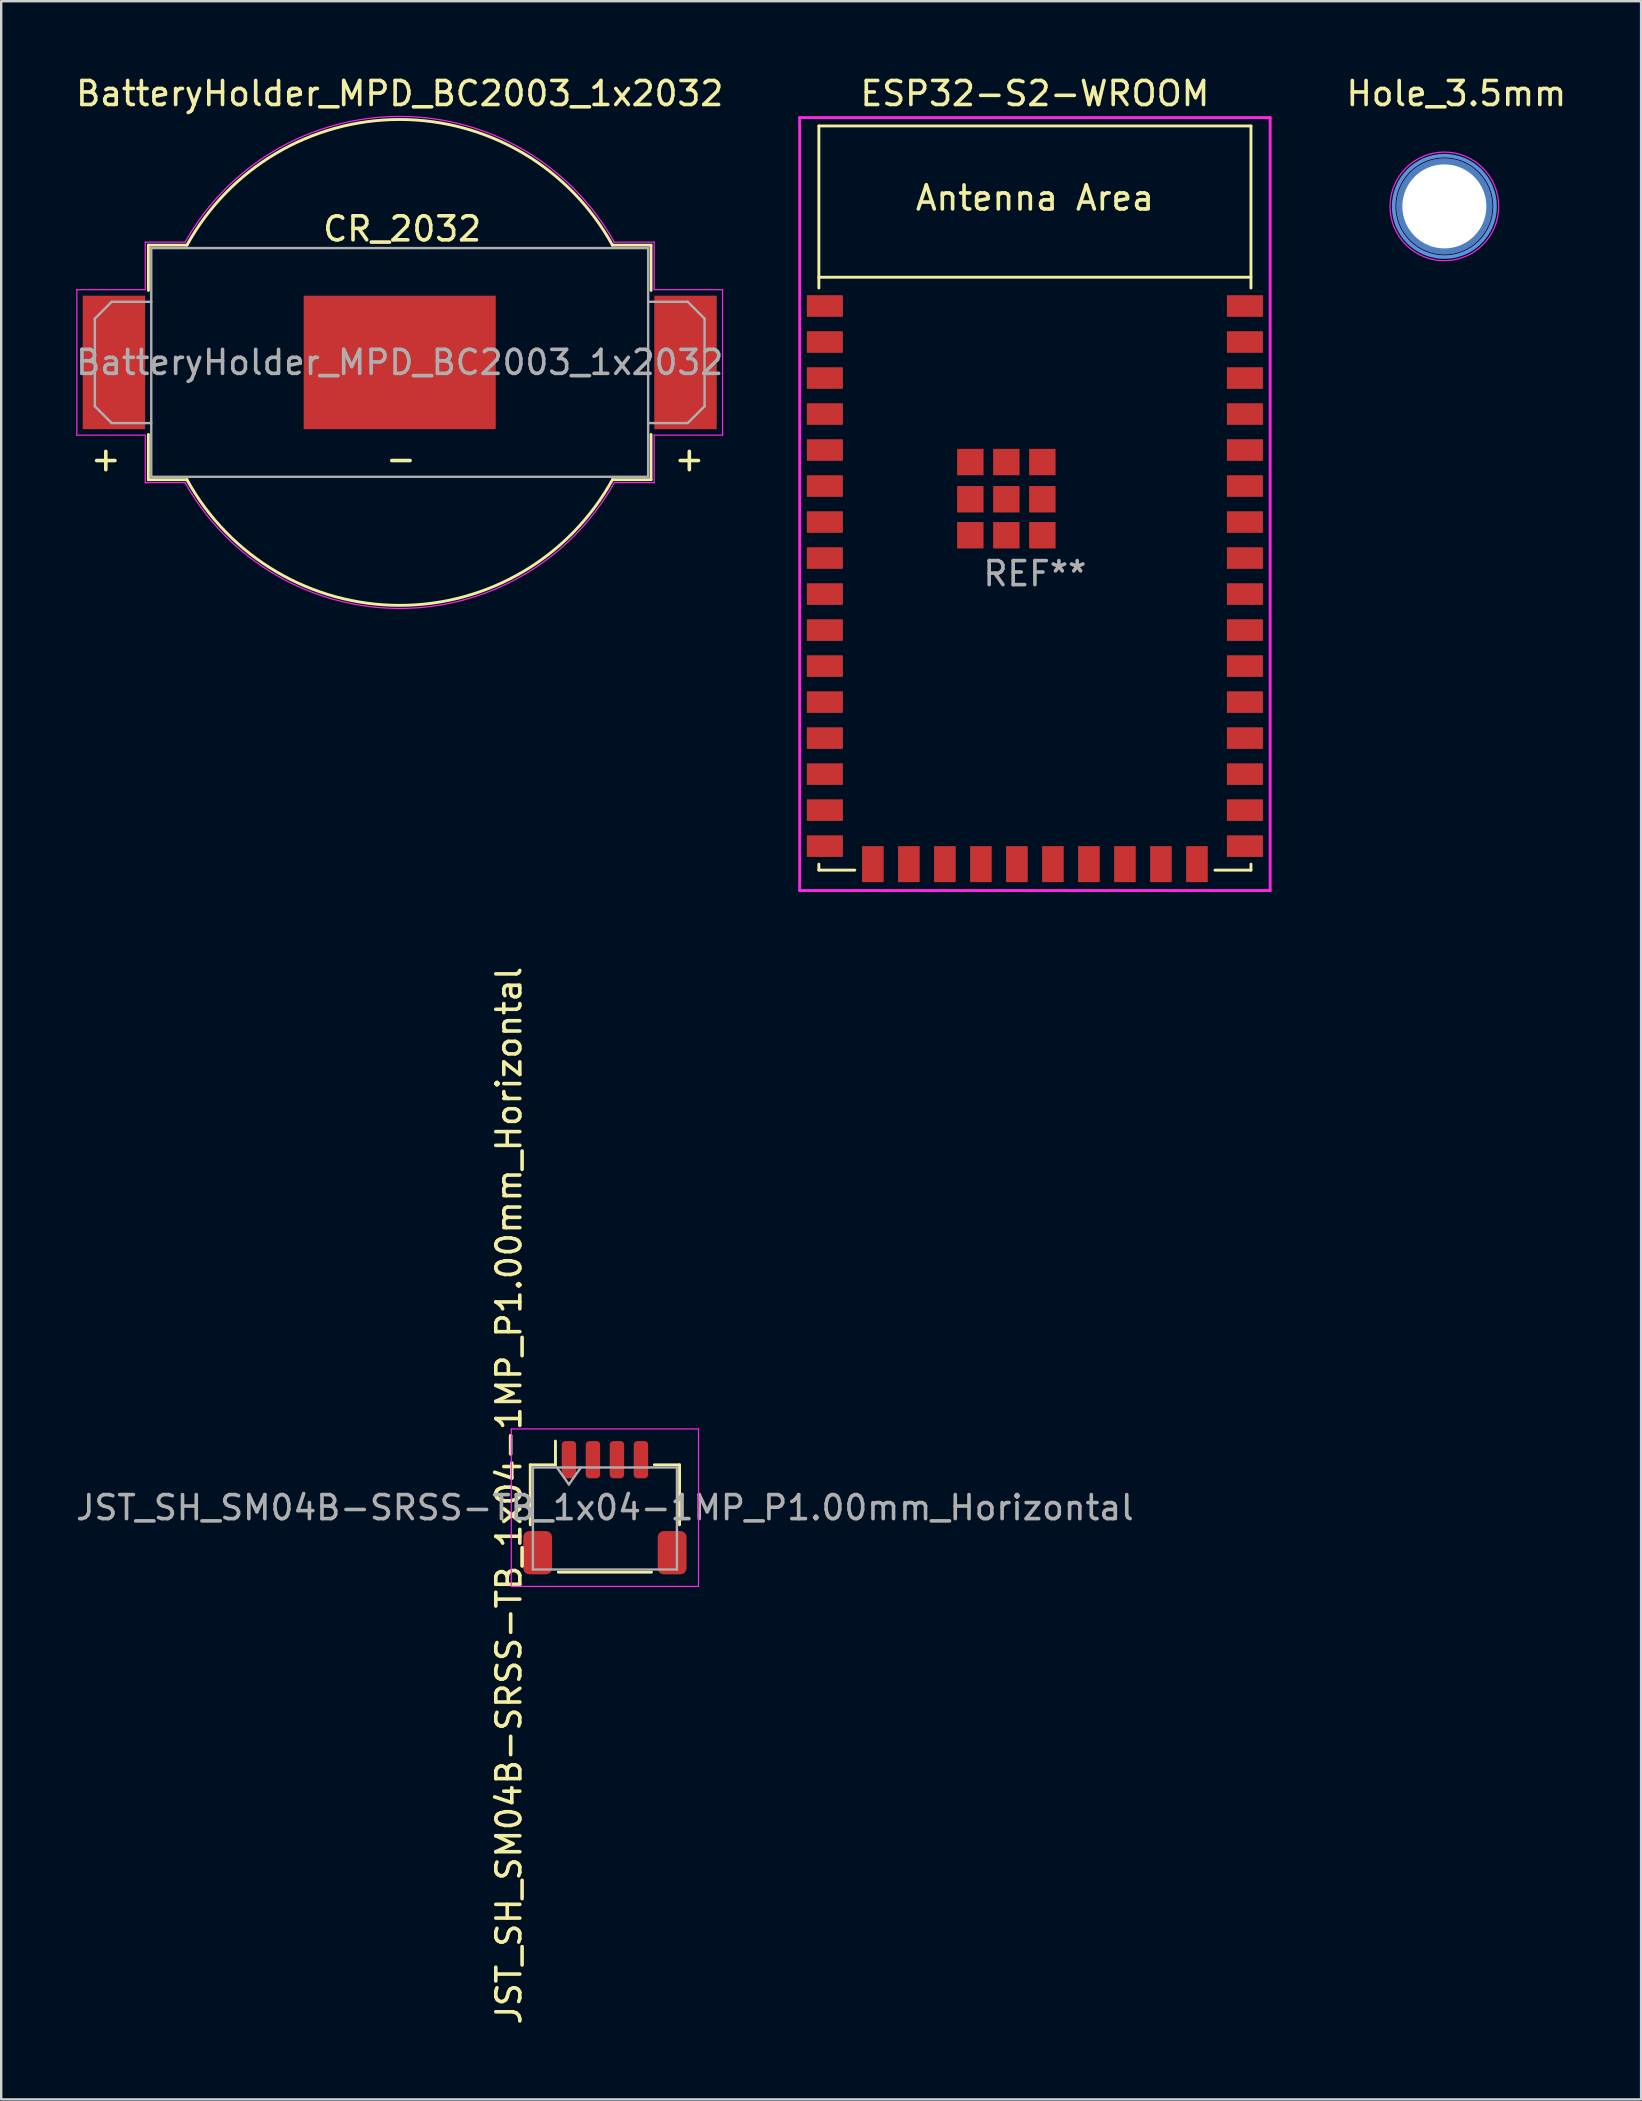
<source format=kicad_pcb>
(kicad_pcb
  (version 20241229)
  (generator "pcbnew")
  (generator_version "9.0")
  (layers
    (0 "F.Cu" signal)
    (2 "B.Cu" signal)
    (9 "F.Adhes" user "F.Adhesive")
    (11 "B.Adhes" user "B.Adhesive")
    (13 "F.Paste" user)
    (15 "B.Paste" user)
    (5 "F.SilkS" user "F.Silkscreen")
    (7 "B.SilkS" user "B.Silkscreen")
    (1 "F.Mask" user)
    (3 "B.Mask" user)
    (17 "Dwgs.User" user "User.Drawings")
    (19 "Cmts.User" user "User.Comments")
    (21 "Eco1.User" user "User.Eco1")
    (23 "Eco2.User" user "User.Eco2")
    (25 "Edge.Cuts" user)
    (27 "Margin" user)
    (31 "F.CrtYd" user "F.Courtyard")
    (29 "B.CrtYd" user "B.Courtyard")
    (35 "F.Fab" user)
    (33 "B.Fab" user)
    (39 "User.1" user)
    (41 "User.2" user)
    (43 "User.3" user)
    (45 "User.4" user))
  (footprint "Hole_3.5mm"
    (layer "F.Cu")
    (at 57.119 5.548)
    (property "Reference" "Hole_3.5mm" (at 0.5 -4.7 0) (layer "F.SilkS") (effects (font (size 1 1) (thickness 0.15))))
    (attr exclude_from_pos_files exclude_from_bom)
    (fp_circle (center 0 0) (end 2.108 0.127) (stroke (width 0.15) (type solid)) (fill no) (layer "Cmts.User"))
    (fp_circle (center 0 0) (end 2.261 0.102) (stroke (width 0.05) (type solid)) (fill no) (layer "F.CrtYd"))
    (pad "" thru_hole circle (at 0 0) (size 4 4) (drill 3.5) (layers "*.Cu" "*.Mask")))
  (footprint "ESP32-S2-WROOM"
    (layer "F.Cu")
    (at 40.062 20.848)
    (property "Reference" "ESP32-S2-WROOM" (at 0 -20 0) (layer "F.SilkS") (effects (font (size 1 1) (thickness 0.15))))
    (attr smd)
    (fp_line (start -9 -18.65) (end -9 -11.9) (stroke (width 0.12) (type solid)) (layer "F.SilkS"))
    (fp_line (start -9 -18.65) (end 9 -18.65) (stroke (width 0.12) (type solid)) (layer "F.SilkS"))
    (fp_line (start -9 12.1) (end -9 12.35) (stroke (width 0.12) (type solid)) (layer "F.SilkS"))
    (fp_line (start -9 12.35) (end -7.5 12.35) (stroke (width 0.12) (type solid)) (layer "F.SilkS"))
    (fp_line (start 9 -12.35) (end -9 -12.35) (stroke (width 0.12) (type solid)) (layer "F.SilkS"))
    (fp_line (start 9 -11.9) (end 9 -18.65) (stroke (width 0.12) (type solid)) (layer "F.SilkS"))
    (fp_line (start 9 12.1) (end 9 12.35) (stroke (width 0.12) (type solid)) (layer "F.SilkS"))
    (fp_line (start 9 12.35) (end 7.5 12.35) (stroke (width 0.12) (type solid)) (layer "F.SilkS"))
    (fp_line (start -9 -18.65) (end 9 -18.65) (stroke (width 0.12) (type solid)) (layer "Eco2.User"))
    (fp_line (start -9 -12.35) (end 9 -12.35) (stroke (width 0.12) (type solid)) (layer "Eco2.User"))
    (fp_line (start -9 12.35) (end -9 -18.65) (stroke (width 0.12) (type solid)) (layer "Eco2.User"))
    (fp_line (start 9 -18.65) (end 9 12.35) (stroke (width 0.12) (type solid)) (layer "Eco2.User"))
    (fp_line (start 9 12.35) (end -9 12.35) (stroke (width 0.12) (type solid)) (layer "Eco2.User"))
    (fp_line (start -9.8 -19) (end -9.8 13.2) (stroke (width 0.12) (type solid)) (layer "F.CrtYd"))
    (fp_line (start 9.8 -19) (end -9.8 -19) (stroke (width 0.12) (type solid)) (layer "F.CrtYd"))
    (fp_line (start 9.8 13.2) (end -9.8 13.2) (stroke (width 0.12) (type solid)) (layer "F.CrtYd"))
    (fp_line (start 9.8 13.2) (end 9.8 -19) (stroke (width 0.12) (type solid)) (layer "F.CrtYd"))
    (fp_text user "Antenna Area" (at 0 -15.65 0) (layer "F.SilkS") (effects (font (size 1 1) (thickness 0.15))))
    (fp_text user "Antenna Area" (at 0 -15.65 0) (layer "Eco2.User") (effects (font (size 1 1) (thickness 0.15))))
    (fp_text user "REF**" (at 0 0 0) (layer "F.Fab") (effects (font (size 1 1) (thickness 0.15))))
    (pad "1" smd rect (at -8.75 -11.15) (size 1.5 0.9) (layers "F.Cu" "F.Mask" "F.Paste"))
    (pad "2" smd rect (at -8.75 -9.65) (size 1.5 0.9) (layers "F.Cu" "F.Mask" "F.Paste"))
    (pad "3" smd rect (at -8.75 -8.15) (size 1.5 0.9) (layers "F.Cu" "F.Mask" "F.Paste"))
    (pad "4" smd rect (at -8.75 -6.65) (size 1.5 0.9) (layers "F.Cu" "F.Mask" "F.Paste"))
    (pad "5" smd rect (at -8.75 -5.15) (size 1.5 0.9) (layers "F.Cu" "F.Mask" "F.Paste"))
    (pad "6" smd rect (at -8.75 -3.65) (size 1.5 0.9) (layers "F.Cu" "F.Mask" "F.Paste"))
    (pad "7" smd rect (at -8.75 -2.15) (size 1.5 0.9) (layers "F.Cu" "F.Mask" "F.Paste"))
    (pad "8" smd rect (at -8.75 -0.65) (size 1.5 0.9) (layers "F.Cu" "F.Mask" "F.Paste"))
    (pad "9" smd rect (at -8.75 0.85) (size 1.5 0.9) (layers "F.Cu" "F.Mask" "F.Paste"))
    (pad "10" smd rect (at -8.75 2.35) (size 1.5 0.9) (layers "F.Cu" "F.Mask" "F.Paste"))
    (pad "11" smd rect (at -8.75 3.85) (size 1.5 0.9) (layers "F.Cu" "F.Mask" "F.Paste"))
    (pad "12" smd rect (at -8.75 5.35) (size 1.5 0.9) (layers "F.Cu" "F.Mask" "F.Paste"))
    (pad "13" smd rect (at -8.75 6.85) (size 1.5 0.9) (layers "F.Cu" "F.Mask" "F.Paste"))
    (pad "14" smd rect (at -8.75 8.35) (size 1.5 0.9) (layers "F.Cu" "F.Mask" "F.Paste"))
    (pad "15" smd rect (at -8.75 9.85) (size 1.5 0.9) (layers "F.Cu" "F.Mask" "F.Paste"))
    (pad "16" smd rect (at -8.75 11.35) (size 1.5 0.9) (layers "F.Cu" "F.Mask" "F.Paste"))
    (pad "17" smd rect (at -6.75 12.1 90) (size 1.5 0.9) (layers "F.Cu" "F.Mask" "F.Paste"))
    (pad "18" smd rect (at -5.25 12.1 90) (size 1.5 0.9) (layers "F.Cu" "F.Mask" "F.Paste"))
    (pad "19" smd rect (at -3.75 12.1 90) (size 1.5 0.9) (layers "F.Cu" "F.Mask" "F.Paste"))
    (pad "20" smd rect (at -2.25 12.1 90) (size 1.5 0.9) (layers "F.Cu" "F.Mask" "F.Paste"))
    (pad "21" smd rect (at -0.75 12.1 90) (size 1.5 0.9) (layers "F.Cu" "F.Mask" "F.Paste"))
    (pad "22" smd rect (at 0.75 12.1 90) (size 1.5 0.9) (layers "F.Cu" "F.Mask" "F.Paste"))
    (pad "23" smd rect (at 2.25 12.1 90) (size 1.5 0.9) (layers "F.Cu" "F.Mask" "F.Paste"))
    (pad "24" smd rect (at 3.75 12.1 90) (size 1.5 0.9) (layers "F.Cu" "F.Mask" "F.Paste"))
    (pad "25" smd rect (at 5.25 12.1 90) (size 1.5 0.9) (layers "F.Cu" "F.Mask" "F.Paste"))
    (pad "26" smd rect (at 6.75 12.1 90) (size 1.5 0.9) (layers "F.Cu" "F.Mask" "F.Paste"))
    (pad "27" smd rect (at 8.75 11.35 180) (size 1.5 0.9) (layers "F.Cu" "F.Mask" "F.Paste"))
    (pad "28" smd rect (at 8.75 9.85 180) (size 1.5 0.9) (layers "F.Cu" "F.Mask" "F.Paste"))
    (pad "29" smd rect (at 8.75 8.35 180) (size 1.5 0.9) (layers "F.Cu" "F.Mask" "F.Paste"))
    (pad "30" smd rect (at 8.75 6.85 180) (size 1.5 0.9) (layers "F.Cu" "F.Mask" "F.Paste"))
    (pad "31" smd rect (at 8.75 5.35 180) (size 1.5 0.9) (layers "F.Cu" "F.Mask" "F.Paste"))
    (pad "32" smd rect (at 8.75 3.85 180) (size 1.5 0.9) (layers "F.Cu" "F.Mask" "F.Paste"))
    (pad "33" smd rect (at 8.75 2.35 180) (size 1.5 0.9) (layers "F.Cu" "F.Mask" "F.Paste"))
    (pad "34" smd rect (at 8.75 0.85 180) (size 1.5 0.9) (layers "F.Cu" "F.Mask" "F.Paste"))
    (pad "35" smd rect (at 8.75 -0.65 180) (size 1.5 0.9) (layers "F.Cu" "F.Mask" "F.Paste"))
    (pad "36" smd rect (at 8.75 -2.15 180) (size 1.5 0.9) (layers "F.Cu" "F.Mask" "F.Paste"))
    (pad "37" smd rect (at 8.75 -3.65 180) (size 1.5 0.9) (layers "F.Cu" "F.Mask" "F.Paste"))
    (pad "38" smd rect (at 8.75 -5.15 180) (size 1.5 0.9) (layers "F.Cu" "F.Mask" "F.Paste"))
    (pad "39" smd rect (at 8.75 -6.65 180) (size 1.5 0.9) (layers "F.Cu" "F.Mask" "F.Paste"))
    (pad "40" smd rect (at 8.75 -8.15 180) (size 1.5 0.9) (layers "F.Cu" "F.Mask" "F.Paste"))
    (pad "41" smd rect (at 8.75 -9.65 180) (size 1.5 0.9) (layers "F.Cu" "F.Mask" "F.Paste"))
    (pad "42" smd rect (at 8.75 -11.15 180) (size 1.5 0.9) (layers "F.Cu" "F.Mask" "F.Paste"))
    (pad "43" smd rect (at -2.69 -4.65 180) (size 1.1 1.1) (layers "F.Cu" "F.Mask" "F.Paste"))
    (pad "43" smd rect (at -2.69 -3.1 180) (size 1.1 1.1) (layers "F.Cu" "F.Mask" "F.Paste"))
    (pad "43" smd rect (at -2.69 -1.6 180) (size 1.1 1.1) (layers "F.Cu" "F.Mask" "F.Paste"))
    (pad "43" smd rect (at -1.19 -4.65 180) (size 1.1 1.1) (layers "F.Cu" "F.Mask" "F.Paste"))
    (pad "43" smd rect (at -1.19 -3.1 180) (size 1.1 1.1) (layers "F.Cu" "F.Mask" "F.Paste"))
    (pad "43" smd rect (at -1.19 -1.6 180) (size 1.1 1.1) (layers "F.Cu" "F.Mask" "F.Paste"))
    (pad "43" smd rect (at 0.31 -4.65 180) (size 1.1 1.1) (layers "F.Cu" "F.Mask" "F.Paste"))
    (pad "43" smd rect (at 0.31 -3.1 180) (size 1.1 1.1) (layers "F.Cu" "F.Mask" "F.Paste"))
    (pad "43" smd rect (at 0.31 -1.6 180) (size 1.1 1.1) (layers "F.Cu" "F.Mask" "F.Paste")))
  (footprint "JST_SH_SM04B-SRSS-TB_1x04-1MP_P1.00mm_Horizontal"
    (layer "F.Cu")
    (at 22.149 59.757)
    (property "Reference" "JST_SH_SM04B-SRSS-TB_1x04-1MP_P1.00mm_Horizontal" (at -4 -0.5 270) (layer "F.SilkS") (effects (font (size 1 1) (thickness 0.15))))
    (attr smd)
    (fp_line (start -3.11 -1.785) (end -2.06 -1.785) (stroke (width 0.12) (type solid)) (layer "F.SilkS"))
    (fp_line (start -3.11 0.715) (end -3.11 -1.785) (stroke (width 0.12) (type solid)) (layer "F.SilkS"))
    (fp_line (start -2.06 -1.785) (end -2.06 -2.775) (stroke (width 0.12) (type solid)) (layer "F.SilkS"))
    (fp_line (start -1.94 2.685) (end 1.94 2.685) (stroke (width 0.12) (type solid)) (layer "F.SilkS"))
    (fp_line (start 3.11 -1.785) (end 2.06 -1.785) (stroke (width 0.12) (type solid)) (layer "F.SilkS"))
    (fp_line (start 3.11 0.715) (end 3.11 -1.785) (stroke (width 0.12) (type solid)) (layer "F.SilkS"))
    (fp_line (start -3.9 -3.28) (end -3.9 3.28) (stroke (width 0.05) (type solid)) (layer "F.CrtYd"))
    (fp_line (start -3.9 3.28) (end 3.9 3.28) (stroke (width 0.05) (type solid)) (layer "F.CrtYd"))
    (fp_line (start 3.9 -3.28) (end -3.9 -3.28) (stroke (width 0.05) (type solid)) (layer "F.CrtYd"))
    (fp_line (start 3.9 3.28) (end 3.9 -3.28) (stroke (width 0.05) (type solid)) (layer "F.CrtYd"))
    (fp_line (start -3 -1.675) (end -3 2.575) (stroke (width 0.1) (type solid)) (layer "F.Fab"))
    (fp_line (start -3 -1.675) (end 3 -1.675) (stroke (width 0.1) (type solid)) (layer "F.Fab"))
    (fp_line (start -3 2.575) (end 3 2.575) (stroke (width 0.1) (type solid)) (layer "F.Fab"))
    (fp_line (start -2 -1.675) (end -1.5 -0.968) (stroke (width 0.1) (type solid)) (layer "F.Fab"))
    (fp_line (start -1.5 -0.968) (end -1 -1.675) (stroke (width 0.1) (type solid)) (layer "F.Fab"))
    (fp_line (start 3 -1.675) (end 3 2.575) (stroke (width 0.1) (type solid)) (layer "F.Fab"))
    (fp_text user "${REFERENCE}" (at 0 0 0) (layer "F.Fab") (effects (font (size 1 1) (thickness 0.15))))
    (pad "1" smd roundrect (at -1.5 -2) (size 0.6 1.55) (layers "F.Cu" "F.Mask" "F.Paste") (roundrect_rratio 0.25))
    (pad "2" smd roundrect (at -0.5 -2) (size 0.6 1.55) (layers "F.Cu" "F.Mask" "F.Paste") (roundrect_rratio 0.25))
    (pad "3" smd roundrect (at 0.5 -2) (size 0.6 1.55) (layers "F.Cu" "F.Mask" "F.Paste") (roundrect_rratio 0.25))
    (pad "4" smd roundrect (at 1.5 -2) (size 0.6 1.55) (layers "F.Cu" "F.Mask" "F.Paste") (roundrect_rratio 0.25))
    (pad "MP" smd roundrect (at -2.8 1.875) (size 1.2 1.8) (layers "F.Cu" "F.Mask" "F.Paste") (roundrect_rratio 0.208))
    (pad "MP" smd roundrect (at 2.8 1.875) (size 1.2 1.8) (layers "F.Cu" "F.Mask" "F.Paste") (roundrect_rratio 0.208)))
  (footprint "BatteryHolder_MPD_BC2003_1x2032"
    (layer "F.Cu")
    (at 13.601 12.048)
    (property "Reference" "BatteryHolder_MPD_BC2003_1x2032" (at 0 -11.2 0) (layer "F.SilkS") (effects (font (size 1 1) (thickness 0.15))))
    (attr smd)
    (fp_line (start -10.47 -4.885) (end -8.863 -4.885) (stroke (width 0.12) (type solid)) (layer "F.SilkS"))
    (fp_line (start -10.47 -3) (end -10.47 -4.885) (stroke (width 0.12) (type solid)) (layer "F.SilkS"))
    (fp_line (start -10.47 3) (end -10.47 4.885) (stroke (width 0.12) (type solid)) (layer "F.SilkS"))
    (fp_line (start -10.47 4.885) (end -8.863 4.885) (stroke (width 0.12) (type solid)) (layer "F.SilkS"))
    (fp_line (start 10.47 -4.885) (end 8.863 -4.885) (stroke (width 0.12) (type solid)) (layer "F.SilkS"))
    (fp_line (start 10.47 -3) (end 10.47 -4.885) (stroke (width 0.12) (type solid)) (layer "F.SilkS"))
    (fp_line (start 10.47 3) (end 10.47 4.885) (stroke (width 0.12) (type solid)) (layer "F.SilkS"))
    (fp_line (start 10.47 4.885) (end 8.863 4.885) (stroke (width 0.12) (type solid)) (layer "F.SilkS"))
    (fp_arc (start -8.86291 -4.885) (mid 0 -10.12) (end 8.86291 -4.885) (stroke (width 0.12) (type solid)) (layer "F.SilkS"))
    (fp_arc (start 8.865021 4.881168) (mid 0.002187 10.12) (end -8.86291 4.885) (stroke (width 0.12) (type solid)) (layer "F.SilkS"))
    (fp_line (start -13.45 -3.03) (end -13.45 3.03) (stroke (width 0.05) (type solid)) (layer "F.CrtYd"))
    (fp_line (start -13.45 3.03) (end -10.6 3.03) (stroke (width 0.05) (type solid)) (layer "F.CrtYd"))
    (fp_line (start -10.6 -5.01) (end -10.6 -3.03) (stroke (width 0.05) (type solid)) (layer "F.CrtYd"))
    (fp_line (start -10.6 -3.03) (end -13.45 -3.03) (stroke (width 0.05) (type solid)) (layer "F.CrtYd"))
    (fp_line (start -10.6 5.01) (end -10.6 3.03) (stroke (width 0.05) (type solid)) (layer "F.CrtYd"))
    (fp_line (start -10.6 5.01) (end -8.94 5.01) (stroke (width 0.05) (type solid)) (layer "F.CrtYd"))
    (fp_line (start -8.94 -5.01) (end -10.6 -5.01) (stroke (width 0.05) (type solid)) (layer "F.CrtYd"))
    (fp_line (start 8.94 -5.01) (end 10.6 -5.01) (stroke (width 0.05) (type solid)) (layer "F.CrtYd"))
    (fp_line (start 8.94 5.01) (end 10.6 5.01) (stroke (width 0.05) (type solid)) (layer "F.CrtYd"))
    (fp_line (start 10.6 -5.01) (end 10.6 -3.03) (stroke (width 0.05) (type solid)) (layer "F.CrtYd"))
    (fp_line (start 10.6 -3.03) (end 13.45 -3.03) (stroke (width 0.05) (type solid)) (layer "F.CrtYd"))
    (fp_line (start 10.6 3.03) (end 13.45 3.03) (stroke (width 0.05) (type solid)) (layer "F.CrtYd"))
    (fp_line (start 10.6 5.01) (end 10.6 3.03) (stroke (width 0.05) (type solid)) (layer "F.CrtYd"))
    (fp_line (start 13.45 -3.03) (end 13.45 3.03) (stroke (width 0.05) (type solid)) (layer "F.CrtYd"))
    (fp_arc (start -8.934116 -5.020486) (mid 0.006012 -10.248106) (end 8.94 -5.01) (stroke (width 0.05) (type solid)) (layer "F.CrtYd"))
    (fp_arc (start 8.92534 5.036071) (mid -0.014955 10.248096) (end -8.94 5.01) (stroke (width 0.05) (type solid)) (layer "F.CrtYd"))
    (fp_line (start -12.7 -1.825) (end -12.7 1.825) (stroke (width 0.1) (type solid)) (layer "F.Fab"))
    (fp_line (start -12.7 -1.825) (end -12 -2.525) (stroke (width 0.1) (type solid)) (layer "F.Fab"))
    (fp_line (start -12.7 1.825) (end -12 2.525) (stroke (width 0.1) (type solid)) (layer "F.Fab"))
    (fp_line (start -10.35 -4.765) (end 10.35 -4.765) (stroke (width 0.1) (type solid)) (layer "F.Fab"))
    (fp_line (start -10.35 -2.525) (end -12 -2.525) (stroke (width 0.1) (type solid)) (layer "F.Fab"))
    (fp_line (start -10.35 2.525) (end -12 2.525) (stroke (width 0.1) (type solid)) (layer "F.Fab"))
    (fp_line (start -10.35 4.765) (end -10.35 -4.765) (stroke (width 0.1) (type solid)) (layer "F.Fab"))
    (fp_line (start -10.35 4.765) (end 10.35 4.765) (stroke (width 0.1) (type solid)) (layer "F.Fab"))
    (fp_line (start 10.35 -2.525) (end 12 -2.525) (stroke (width 0.1) (type solid)) (layer "F.Fab"))
    (fp_line (start 10.35 2.525) (end 12 2.525) (stroke (width 0.1) (type solid)) (layer "F.Fab"))
    (fp_line (start 10.35 4.765) (end 10.35 -4.765) (stroke (width 0.1) (type solid)) (layer "F.Fab"))
    (fp_line (start 12.7 -1.825) (end 12 -2.525) (stroke (width 0.1) (type solid)) (layer "F.Fab"))
    (fp_line (start 12.7 -1.825) (end 12.7 1.825) (stroke (width 0.1) (type solid)) (layer "F.Fab"))
    (fp_line (start 12.7 1.825) (end 12 2.525) (stroke (width 0.1) (type solid)) (layer "F.Fab"))
    (fp_text user "-" (at 0.051 4.013 0) (layer "F.SilkS") (effects (font (size 1 1) (thickness 0.15))))
    (fp_text user "+" (at 12.065 4.013 0) (layer "F.SilkS") (effects (font (size 1 1) (thickness 0.15))))
    (fp_text user "CR_2032" (at 0.102 -5.563 0) (layer "F.SilkS") (effects (font (size 1 1) (thickness 0.15))))
    (fp_text user "+" (at -12.243 4.013 0) (layer "F.SilkS") (effects (font (size 1 1) (thickness 0.15))))
    (fp_text user "${REFERENCE}" (at 0 0 0) (layer "F.Fab") (effects (font (size 1 1) (thickness 0.15))))
    (pad "1" smd rect (at -11.905 0) (size 2.6 5.56) (layers "F.Cu" "F.Mask" "F.Paste"))
    (pad "1" smd rect (at 11.905 0) (size 2.6 5.56) (layers "F.Cu" "F.Mask" "F.Paste"))
    (pad "2" smd rect (at 0 0) (size 8 5.56) (layers "F.Cu" "F.Mask" "F.Paste")))
  (gr_rect
    (start -3 -3)
    (end 65.315 84.406)
    (stroke (width 0.1) (type default))
    (fill no)
    (layer "Edge.Cuts")))
</source>
